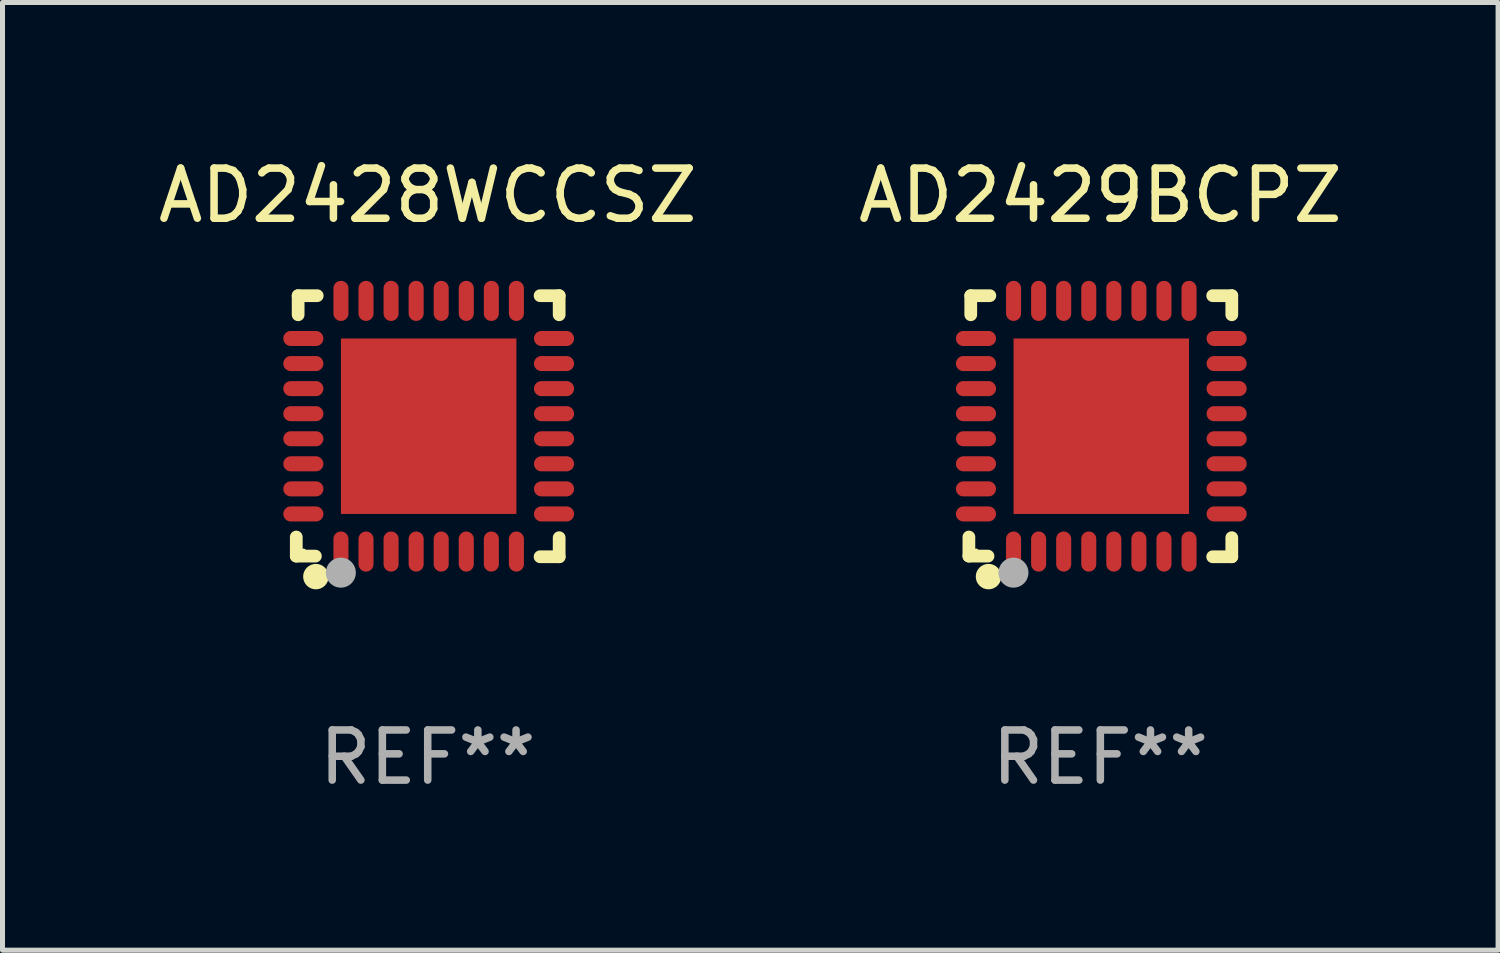
<source format=kicad_pcb>
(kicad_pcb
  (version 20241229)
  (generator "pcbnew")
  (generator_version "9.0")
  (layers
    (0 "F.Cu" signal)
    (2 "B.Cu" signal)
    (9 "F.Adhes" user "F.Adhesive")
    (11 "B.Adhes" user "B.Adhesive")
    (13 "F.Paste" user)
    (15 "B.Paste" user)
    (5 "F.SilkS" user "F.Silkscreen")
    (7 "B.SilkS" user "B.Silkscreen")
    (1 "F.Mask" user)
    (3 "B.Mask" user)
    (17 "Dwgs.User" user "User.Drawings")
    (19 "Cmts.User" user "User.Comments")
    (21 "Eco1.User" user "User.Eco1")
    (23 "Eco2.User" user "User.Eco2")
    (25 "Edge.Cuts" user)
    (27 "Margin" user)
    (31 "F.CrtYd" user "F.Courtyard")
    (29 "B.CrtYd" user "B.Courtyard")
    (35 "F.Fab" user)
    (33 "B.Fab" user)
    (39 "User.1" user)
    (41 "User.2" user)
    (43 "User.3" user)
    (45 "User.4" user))
  (footprint "AD2428WCCSZ"
    (layer "F.Cu")
    (at 5.482 5.452)
    (property "Reference" "AD2428WCCSZ" (at 0 -4.604 0) (layer "F.SilkS") (effects (font (size 1 1) (thickness 0.15))))
    (attr through_hole)
    (fp_line (start -2.622 2.21) (end -2.622 2.591) (stroke (width 0.254) (type solid)) (layer "F.SilkS"))
    (fp_line (start -2.622 2.591) (end -2.241 2.591) (stroke (width 0.254) (type solid)) (layer "F.SilkS"))
    (fp_line (start -2.585 -2.604) (end -2.585 -2.223) (stroke (width 0.254) (type solid)) (layer "F.SilkS"))
    (fp_line (start -2.204 -2.604) (end -2.585 -2.604) (stroke (width 0.254) (type solid)) (layer "F.SilkS"))
    (fp_line (start 2.241 2.604) (end 2.622 2.604) (stroke (width 0.254) (type solid)) (layer "F.SilkS"))
    (fp_line (start 2.622 -2.604) (end 2.241 -2.604) (stroke (width 0.254) (type solid)) (layer "F.SilkS"))
    (fp_line (start 2.622 -2.223) (end 2.622 -2.604) (stroke (width 0.254) (type solid)) (layer "F.SilkS"))
    (fp_line (start 2.622 2.604) (end 2.622 2.223) (stroke (width 0.254) (type solid)) (layer "F.SilkS"))
    (fp_circle (center -2.481 2.5) (end -2.451 2.5) (stroke (width 0.06) (type solid)) (fill no) (layer "F.SilkS"))
    (fp_circle (center -2.231 3) (end -2.104 3) (stroke (width 0.254) (type solid)) (fill no) (layer "F.SilkS"))
    (fp_circle (center -1.733 2.921) (end -1.583 2.921) (stroke (width 0.3) (type solid)) (fill no) (layer "F.Fab"))
    (fp_text user "REF**" (at 0 6.604 0) (layer "F.Fab") (effects (font (size 1 1) (thickness 0.15))))
    (pad "1" smd oval (at -1.731 2.5 90) (size 0.8 0.3) (layers "F.Cu" "F.Mask" "F.Paste"))
    (pad "2" smd oval (at -1.231 2.5 90) (size 0.8 0.3) (layers "F.Cu" "F.Mask" "F.Paste"))
    (pad "3" smd oval (at -0.731 2.5 90) (size 0.8 0.3) (layers "F.Cu" "F.Mask" "F.Paste"))
    (pad "4" smd oval (at -0.231 2.5 90) (size 0.8 0.3) (layers "F.Cu" "F.Mask" "F.Paste"))
    (pad "5" smd oval (at 0.269 2.5 90) (size 0.8 0.3) (layers "F.Cu" "F.Mask" "F.Paste"))
    (pad "6" smd oval (at 0.769 2.5 90) (size 0.8 0.3) (layers "F.Cu" "F.Mask" "F.Paste"))
    (pad "7" smd oval (at 1.269 2.5 90) (size 0.8 0.3) (layers "F.Cu" "F.Mask" "F.Paste"))
    (pad "8" smd oval (at 1.769 2.5 90) (size 0.8 0.3) (layers "F.Cu" "F.Mask" "F.Paste"))
    (pad "9" smd oval (at 2.519 1.75 180) (size 0.8 0.3) (layers "F.Cu" "F.Mask" "F.Paste"))
    (pad "10" smd oval (at 2.519 1.25 180) (size 0.8 0.3) (layers "F.Cu" "F.Mask" "F.Paste"))
    (pad "11" smd oval (at 2.519 0.75 180) (size 0.8 0.3) (layers "F.Cu" "F.Mask" "F.Paste"))
    (pad "12" smd oval (at 2.519 0.25 180) (size 0.8 0.3) (layers "F.Cu" "F.Mask" "F.Paste"))
    (pad "13" smd oval (at 2.519 -0.25 180) (size 0.8 0.3) (layers "F.Cu" "F.Mask" "F.Paste"))
    (pad "14" smd oval (at 2.519 -0.75 180) (size 0.8 0.3) (layers "F.Cu" "F.Mask" "F.Paste"))
    (pad "15" smd oval (at 2.519 -1.25 180) (size 0.8 0.3) (layers "F.Cu" "F.Mask" "F.Paste"))
    (pad "16" smd oval (at 2.519 -1.75 180) (size 0.8 0.3) (layers "F.Cu" "F.Mask" "F.Paste"))
    (pad "17" smd oval (at 1.769 -2.5 270) (size 0.8 0.3) (layers "F.Cu" "F.Mask" "F.Paste"))
    (pad "18" smd oval (at 1.269 -2.5 270) (size 0.8 0.3) (layers "F.Cu" "F.Mask" "F.Paste"))
    (pad "19" smd oval (at 0.769 -2.5 270) (size 0.8 0.3) (layers "F.Cu" "F.Mask" "F.Paste"))
    (pad "20" smd oval (at 0.269 -2.5 270) (size 0.8 0.3) (layers "F.Cu" "F.Mask" "F.Paste"))
    (pad "21" smd oval (at -0.231 -2.5 270) (size 0.8 0.3) (layers "F.Cu" "F.Mask" "F.Paste"))
    (pad "22" smd oval (at -0.731 -2.5 270) (size 0.8 0.3) (layers "F.Cu" "F.Mask" "F.Paste"))
    (pad "23" smd oval (at -1.231 -2.5 270) (size 0.8 0.3) (layers "F.Cu" "F.Mask" "F.Paste"))
    (pad "24" smd oval (at -1.731 -2.5 270) (size 0.8 0.3) (layers "F.Cu" "F.Mask" "F.Paste"))
    (pad "25" smd oval (at -2.481 -1.75) (size 0.8 0.3) (layers "F.Cu" "F.Mask" "F.Paste"))
    (pad "26" smd oval (at -2.481 -1.25) (size 0.8 0.3) (layers "F.Cu" "F.Mask" "F.Paste"))
    (pad "27" smd oval (at -2.481 -0.75) (size 0.8 0.3) (layers "F.Cu" "F.Mask" "F.Paste"))
    (pad "28" smd oval (at -2.481 -0.25) (size 0.8 0.3) (layers "F.Cu" "F.Mask" "F.Paste"))
    (pad "29" smd oval (at -2.481 0.25) (size 0.8 0.3) (layers "F.Cu" "F.Mask" "F.Paste"))
    (pad "30" smd oval (at -2.481 0.75) (size 0.8 0.3) (layers "F.Cu" "F.Mask" "F.Paste"))
    (pad "31" smd oval (at -2.481 1.25) (size 0.8 0.3) (layers "F.Cu" "F.Mask" "F.Paste"))
    (pad "32" smd oval (at -2.481 1.75) (size 0.8 0.3) (layers "F.Cu" "F.Mask" "F.Paste"))
    (pad "33" smd rect (at 0.019 -0.000025 90) (size 3.5 3.5) (layers "F.Cu" "F.Mask" "F.Paste")))
  (footprint "AD2429BCPZ"
    (layer "F.Cu")
    (at 18.899 5.452)
    (property "Reference" "AD2429BCPZ" (at 0 -4.604 0) (layer "F.SilkS") (effects (font (size 1 1) (thickness 0.15))))
    (attr through_hole)
    (fp_line (start -2.622 2.21) (end -2.622 2.591) (stroke (width 0.254) (type solid)) (layer "F.SilkS"))
    (fp_line (start -2.622 2.591) (end -2.241 2.591) (stroke (width 0.254) (type solid)) (layer "F.SilkS"))
    (fp_line (start -2.585 -2.604) (end -2.585 -2.223) (stroke (width 0.254) (type solid)) (layer "F.SilkS"))
    (fp_line (start -2.204 -2.604) (end -2.585 -2.604) (stroke (width 0.254) (type solid)) (layer "F.SilkS"))
    (fp_line (start 2.241 2.604) (end 2.622 2.604) (stroke (width 0.254) (type solid)) (layer "F.SilkS"))
    (fp_line (start 2.622 -2.604) (end 2.241 -2.604) (stroke (width 0.254) (type solid)) (layer "F.SilkS"))
    (fp_line (start 2.622 -2.223) (end 2.622 -2.604) (stroke (width 0.254) (type solid)) (layer "F.SilkS"))
    (fp_line (start 2.622 2.604) (end 2.622 2.223) (stroke (width 0.254) (type solid)) (layer "F.SilkS"))
    (fp_circle (center -2.481 2.5) (end -2.451 2.5) (stroke (width 0.06) (type solid)) (fill no) (layer "F.SilkS"))
    (fp_circle (center -2.231 3) (end -2.104 3) (stroke (width 0.254) (type solid)) (fill no) (layer "F.SilkS"))
    (fp_circle (center -1.733 2.921) (end -1.583 2.921) (stroke (width 0.3) (type solid)) (fill no) (layer "F.Fab"))
    (fp_text user "REF**" (at 0 6.604 0) (layer "F.Fab") (effects (font (size 1 1) (thickness 0.15))))
    (pad "1" smd oval (at -1.731 2.5 90) (size 0.8 0.3) (layers "F.Cu" "F.Mask" "F.Paste"))
    (pad "2" smd oval (at -1.231 2.5 90) (size 0.8 0.3) (layers "F.Cu" "F.Mask" "F.Paste"))
    (pad "3" smd oval (at -0.731 2.5 90) (size 0.8 0.3) (layers "F.Cu" "F.Mask" "F.Paste"))
    (pad "4" smd oval (at -0.231 2.5 90) (size 0.8 0.3) (layers "F.Cu" "F.Mask" "F.Paste"))
    (pad "5" smd oval (at 0.269 2.5 90) (size 0.8 0.3) (layers "F.Cu" "F.Mask" "F.Paste"))
    (pad "6" smd oval (at 0.769 2.5 90) (size 0.8 0.3) (layers "F.Cu" "F.Mask" "F.Paste"))
    (pad "7" smd oval (at 1.269 2.5 90) (size 0.8 0.3) (layers "F.Cu" "F.Mask" "F.Paste"))
    (pad "8" smd oval (at 1.769 2.5 90) (size 0.8 0.3) (layers "F.Cu" "F.Mask" "F.Paste"))
    (pad "9" smd oval (at 2.519 1.75 180) (size 0.8 0.3) (layers "F.Cu" "F.Mask" "F.Paste"))
    (pad "10" smd oval (at 2.519 1.25 180) (size 0.8 0.3) (layers "F.Cu" "F.Mask" "F.Paste"))
    (pad "11" smd oval (at 2.519 0.75 180) (size 0.8 0.3) (layers "F.Cu" "F.Mask" "F.Paste"))
    (pad "12" smd oval (at 2.519 0.25 180) (size 0.8 0.3) (layers "F.Cu" "F.Mask" "F.Paste"))
    (pad "13" smd oval (at 2.519 -0.25 180) (size 0.8 0.3) (layers "F.Cu" "F.Mask" "F.Paste"))
    (pad "14" smd oval (at 2.519 -0.75 180) (size 0.8 0.3) (layers "F.Cu" "F.Mask" "F.Paste"))
    (pad "15" smd oval (at 2.519 -1.25 180) (size 0.8 0.3) (layers "F.Cu" "F.Mask" "F.Paste"))
    (pad "16" smd oval (at 2.519 -1.75 180) (size 0.8 0.3) (layers "F.Cu" "F.Mask" "F.Paste"))
    (pad "17" smd oval (at 1.769 -2.5 270) (size 0.8 0.3) (layers "F.Cu" "F.Mask" "F.Paste"))
    (pad "18" smd oval (at 1.269 -2.5 270) (size 0.8 0.3) (layers "F.Cu" "F.Mask" "F.Paste"))
    (pad "19" smd oval (at 0.769 -2.5 270) (size 0.8 0.3) (layers "F.Cu" "F.Mask" "F.Paste"))
    (pad "20" smd oval (at 0.269 -2.5 270) (size 0.8 0.3) (layers "F.Cu" "F.Mask" "F.Paste"))
    (pad "21" smd oval (at -0.231 -2.5 270) (size 0.8 0.3) (layers "F.Cu" "F.Mask" "F.Paste"))
    (pad "22" smd oval (at -0.731 -2.5 270) (size 0.8 0.3) (layers "F.Cu" "F.Mask" "F.Paste"))
    (pad "23" smd oval (at -1.231 -2.5 270) (size 0.8 0.3) (layers "F.Cu" "F.Mask" "F.Paste"))
    (pad "24" smd oval (at -1.731 -2.5 270) (size 0.8 0.3) (layers "F.Cu" "F.Mask" "F.Paste"))
    (pad "25" smd oval (at -2.481 -1.75) (size 0.8 0.3) (layers "F.Cu" "F.Mask" "F.Paste"))
    (pad "26" smd oval (at -2.481 -1.25) (size 0.8 0.3) (layers "F.Cu" "F.Mask" "F.Paste"))
    (pad "27" smd oval (at -2.481 -0.75) (size 0.8 0.3) (layers "F.Cu" "F.Mask" "F.Paste"))
    (pad "28" smd oval (at -2.481 -0.25) (size 0.8 0.3) (layers "F.Cu" "F.Mask" "F.Paste"))
    (pad "29" smd oval (at -2.481 0.25) (size 0.8 0.3) (layers "F.Cu" "F.Mask" "F.Paste"))
    (pad "30" smd oval (at -2.481 0.75) (size 0.8 0.3) (layers "F.Cu" "F.Mask" "F.Paste"))
    (pad "31" smd oval (at -2.481 1.25) (size 0.8 0.3) (layers "F.Cu" "F.Mask" "F.Paste"))
    (pad "32" smd oval (at -2.481 1.75) (size 0.8 0.3) (layers "F.Cu" "F.Mask" "F.Paste"))
    (pad "33" smd rect (at 0.019 -0.000025 90) (size 3.5 3.5) (layers "F.Cu" "F.Mask" "F.Paste")))
  (gr_rect
    (start -3 -3)
    (end 26.833 15.904)
    (stroke (width 0.1) (type default))
    (fill no)
    (layer "Edge.Cuts")))
</source>
